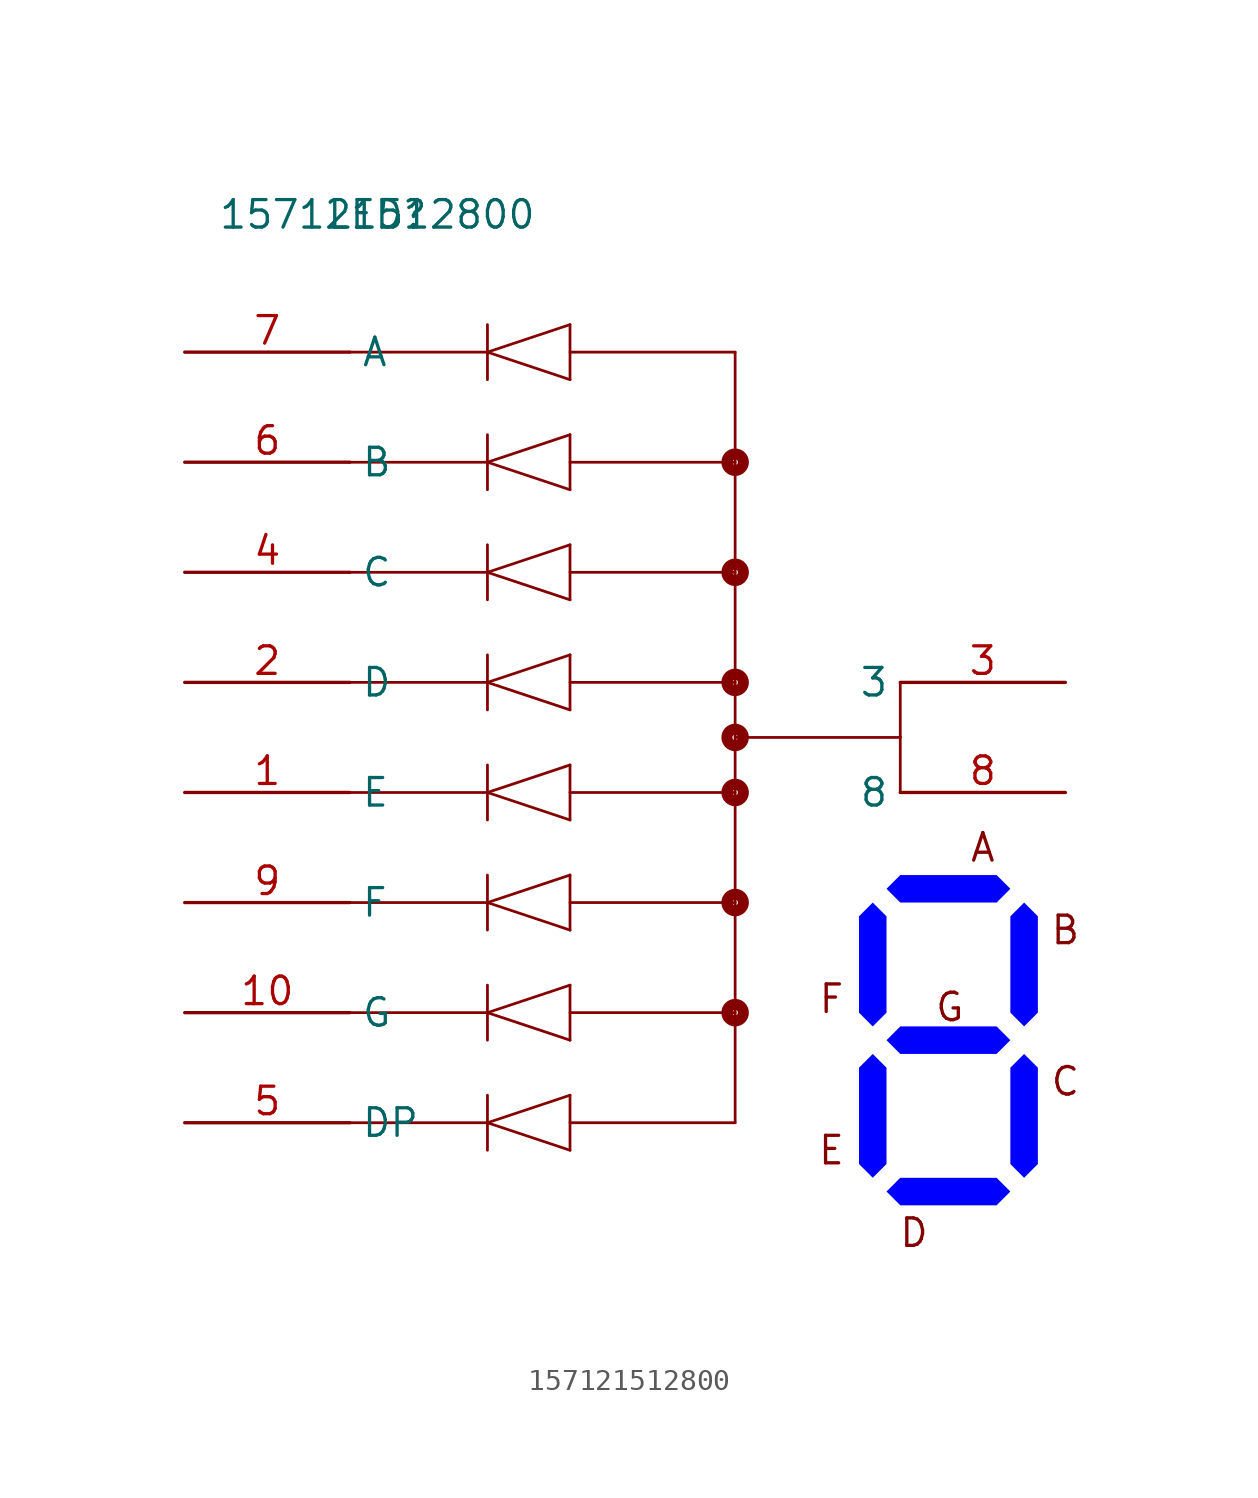
<source format=kicad_sym>
(kicad_symbol_lib
  (version 20241209)
  (generator "kicad_symbol_editor")
  (generator_version "9.0")
  (symbol "157121512800"
    (property "Reference" "LED"
      (at 0 0 0)
      (effects (font (size 1.27 1.27))))
    (property "Value" "157121512800"
      (at 0 0 0)
      (effects (font (size 1.27 1.27))))
    (symbol "157121512800_0_1"
      (polyline (pts (xy 5.08 -6.35) (xy -1.27 -6.35)) (stroke (width 0.127) (type default)) (fill (type none)))
      (polyline (pts (xy 5.08 -6.35) (xy 8.89 -5.08)) (stroke (width 0.127) (type default)) (fill (type none)))
      (polyline (pts (xy 5.08 -6.35) (xy 8.89 -7.62)) (stroke (width 0.127) (type default)) (fill (type none)))
      (polyline (pts (xy 5.08 -7.62) (xy 5.08 -5.08)) (stroke (width 0.127) (type default)) (fill (type none)))
      (polyline (pts (xy 5.08 -11.43) (xy -1.27 -11.43)) (stroke (width 0.127) (type default)) (fill (type none)))
      (polyline (pts (xy 5.08 -11.43) (xy 8.89 -10.16)) (stroke (width 0.127) (type default)) (fill (type none)))
      (polyline (pts (xy 5.08 -11.43) (xy 8.89 -12.7)) (stroke (width 0.127) (type default)) (fill (type none)))
      (polyline (pts (xy 5.08 -12.7) (xy 5.08 -10.16)) (stroke (width 0.127) (type default)) (fill (type none)))
      (polyline (pts (xy 5.08 -16.51) (xy -1.27 -16.51)) (stroke (width 0.127) (type default)) (fill (type none)))
      (polyline (pts (xy 5.08 -16.51) (xy 8.89 -15.24)) (stroke (width 0.127) (type default)) (fill (type none)))
      (polyline (pts (xy 5.08 -16.51) (xy 8.89 -17.78)) (stroke (width 0.127) (type default)) (fill (type none)))
      (polyline (pts (xy 5.08 -17.78) (xy 5.08 -15.24)) (stroke (width 0.127) (type default)) (fill (type none)))
      (polyline (pts (xy 5.08 -21.59) (xy -1.27 -21.59)) (stroke (width 0.127) (type default)) (fill (type none)))
      (polyline (pts (xy 5.08 -21.59) (xy 8.89 -20.32)) (stroke (width 0.127) (type default)) (fill (type none)))
      (polyline (pts (xy 5.08 -21.59) (xy 8.89 -22.86)) (stroke (width 0.127) (type default)) (fill (type none)))
      (polyline (pts (xy 5.08 -22.86) (xy 5.08 -20.32)) (stroke (width 0.127) (type default)) (fill (type none)))
      (polyline (pts (xy 5.08 -26.67) (xy -1.27 -26.67)) (stroke (width 0.127) (type default)) (fill (type none)))
      (polyline (pts (xy 5.08 -26.67) (xy 8.89 -25.4)) (stroke (width 0.127) (type default)) (fill (type none)))
      (polyline (pts (xy 5.08 -26.67) (xy 8.89 -27.94)) (stroke (width 0.127) (type default)) (fill (type none)))
      (polyline (pts (xy 5.08 -27.94) (xy 5.08 -25.4)) (stroke (width 0.127) (type default)) (fill (type none)))
      (polyline (pts (xy 5.08 -31.75) (xy -1.27 -31.75)) (stroke (width 0.127) (type default)) (fill (type none)))
      (polyline (pts (xy 5.08 -31.75) (xy 8.89 -30.48)) (stroke (width 0.127) (type default)) (fill (type none)))
      (polyline (pts (xy 5.08 -31.75) (xy 8.89 -33.02)) (stroke (width 0.127) (type default)) (fill (type none)))
      (polyline (pts (xy 5.08 -33.02) (xy 5.08 -30.48)) (stroke (width 0.127) (type default)) (fill (type none)))
      (polyline (pts (xy 5.08 -36.83) (xy -1.27 -36.83)) (stroke (width 0.127) (type default)) (fill (type none)))
      (polyline (pts (xy 5.08 -36.83) (xy 8.89 -35.56)) (stroke (width 0.127) (type default)) (fill (type none)))
      (polyline (pts (xy 5.08 -36.83) (xy 8.89 -38.1)) (stroke (width 0.127) (type default)) (fill (type none)))
      (polyline (pts (xy 5.08 -38.1) (xy 5.08 -35.56)) (stroke (width 0.127) (type default)) (fill (type none)))
      (polyline (pts (xy 5.08 -41.91) (xy -1.27 -41.91)) (stroke (width 0.127) (type default)) (fill (type none)))
      (polyline (pts (xy 5.08 -41.91) (xy 8.89 -40.64)) (stroke (width 0.127) (type default)) (fill (type none)))
      (polyline (pts (xy 5.08 -41.91) (xy 8.89 -43.18)) (stroke (width 0.127) (type default)) (fill (type none)))
      (polyline (pts (xy 5.08 -43.18) (xy 5.08 -40.64)) (stroke (width 0.127) (type default)) (fill (type none)))
      (polyline (pts (xy 8.89 -7.62) (xy 8.89 -5.08)) (stroke (width 0.127) (type default)) (fill (type none)))
      (polyline (pts (xy 8.89 -12.7) (xy 8.89 -10.16)) (stroke (width 0.127) (type default)) (fill (type none)))
      (polyline (pts (xy 8.89 -17.78) (xy 8.89 -15.24)) (stroke (width 0.127) (type default)) (fill (type none)))
      (polyline (pts (xy 8.89 -22.86) (xy 8.89 -20.32)) (stroke (width 0.127) (type default)) (fill (type none)))
      (polyline (pts (xy 8.89 -27.94) (xy 8.89 -25.4)) (stroke (width 0.127) (type default)) (fill (type none)))
      (polyline (pts (xy 8.89 -33.02) (xy 8.89 -30.48)) (stroke (width 0.127) (type default)) (fill (type none)))
      (polyline (pts (xy 8.89 -38.1) (xy 8.89 -35.56)) (stroke (width 0.127) (type default)) (fill (type none)))
      (polyline (pts (xy 8.89 -43.18) (xy 8.89 -40.64)) (stroke (width 0.127) (type default)) (fill (type none)))
      (polyline (pts (xy 16.51 -6.35) (xy 8.89 -6.35)) (stroke (width 0.127) (type default)) (fill (type none)))
      (polyline (pts (xy 16.51 -11.43) (xy 8.89 -11.43)) (stroke (width 0.127) (type default)) (fill (type none)))
      (circle (center 16.51 -11.43) (radius 0.127) (stroke (width 0.508) (type default)) (fill (type none)))
      (polyline (pts (xy 16.51 -16.51) (xy 8.89 -16.51)) (stroke (width 0.127) (type default)) (fill (type none)))
      (circle (center 16.51 -16.51) (radius 0.127) (stroke (width 0.508) (type default)) (fill (type none)))
      (polyline (pts (xy 16.51 -21.59) (xy 8.89 -21.59)) (stroke (width 0.127) (type default)) (fill (type none)))
      (circle (center 16.51 -21.59) (radius 0.127) (stroke (width 0.508) (type default)) (fill (type none)))
      (circle (center 16.51 -24.13) (radius 0.127) (stroke (width 0.508) (type default)) (fill (type none)))
      (polyline (pts (xy 16.51 -26.67) (xy 8.89 -26.67)) (stroke (width 0.127) (type default)) (fill (type none)))
      (circle (center 16.51 -26.67) (radius 0.127) (stroke (width 0.508) (type default)) (fill (type none)))
      (polyline (pts (xy 16.51 -31.75) (xy 8.89 -31.75)) (stroke (width 0.127) (type default)) (fill (type none)))
      (circle (center 16.51 -31.75) (radius 0.127) (stroke (width 0.508) (type default)) (fill (type none)))
      (polyline (pts (xy 16.51 -36.83) (xy 8.89 -36.83)) (stroke (width 0.127) (type default)) (fill (type none)))
      (circle (center 16.51 -36.83) (radius 0.127) (stroke (width 0.508) (type default)) (fill (type none)))
      (polyline (pts (xy 16.51 -41.91) (xy 8.89 -41.91)) (stroke (width 0.127) (type default)) (fill (type none)))
      (polyline (pts (xy 16.51 -41.91) (xy 16.51 -6.35)) (stroke (width 0.127) (type default)) (fill (type none)))
      (polyline (pts (xy 24.13 -24.13) (xy 16.51 -24.13)) (stroke (width 0.127) (type default)) (fill (type none)))
      (polyline (pts (xy 24.13 -24.13) (xy 24.13 -21.59)) (stroke (width 0.127) (type default)) (fill (type none)))
      (polyline (pts (xy 24.13 -24.13) (xy 24.13 -26.67)) (stroke (width 0.127) (type default)) (fill (type none)))
      (pin unspecified line (at -8.89 -6.35 0) (length 7.62) (name "A" (effects (font (size 1.27 1.27)))) (number "7" (effects (font (size 1.27 1.27)))))
      (pin unspecified line (at -8.89 -11.43 0) (length 7.62) (name "B" (effects (font (size 1.27 1.27)))) (number "6" (effects (font (size 1.27 1.27)))))
      (pin unspecified line (at -8.89 -16.51 0) (length 7.62) (name "C" (effects (font (size 1.27 1.27)))) (number "4" (effects (font (size 1.27 1.27)))))
      (pin unspecified line (at -8.89 -21.59 0) (length 7.62) (name "D" (effects (font (size 1.27 1.27)))) (number "2" (effects (font (size 1.27 1.27)))))
      (pin unspecified line (at -8.89 -26.67 0) (length 7.62) (name "E" (effects (font (size 1.27 1.27)))) (number "1" (effects (font (size 1.27 1.27)))))
      (pin unspecified line (at -8.89 -31.75 0) (length 7.62) (name "F" (effects (font (size 1.27 1.27)))) (number "9" (effects (font (size 1.27 1.27)))))
      (pin unspecified line (at -8.89 -36.83 0) (length 7.62) (name "G" (effects (font (size 1.27 1.27)))) (number "10" (effects (font (size 1.27 1.27)))))
      (pin unspecified line (at -8.89 -41.91 0) (length 7.62) (name "DP" (effects (font (size 1.27 1.27)))) (number "5" (effects (font (size 1.27 1.27)))))
      (pin unspecified line (at 31.75 -21.59 180) (length 7.62) (name "3" (effects (font (size 1.27 1.27)))) (number "3" (effects (font (size 1.27 1.27)))))
      (pin unspecified line (at 31.75 -26.67 180) (length 7.62) (name "8" (effects (font (size 1.27 1.27)))) (number "8" (effects (font (size 1.27 1.27))))))
    (symbol "157121512800_1_1"
      (polyline (pts (xy 23.495 -32.385) (xy 22.86 -31.75) (xy 22.225 -32.385) (xy 22.225 -36.83) (xy 22.86 -37.465) (xy 23.495 -36.83) (xy 23.495 -32.385)) (stroke (width -0.0001) (type default)) (fill (type color) (color 0 0 255 1)))
      (polyline (pts (xy 23.495 -39.37) (xy 22.86 -38.735) (xy 22.225 -39.37) (xy 22.225 -43.815) (xy 22.86 -44.45) (xy 23.495 -43.815) (xy 23.495 -39.37)) (stroke (width -0.0001) (type default)) (fill (type color) (color 0 0 255 1)))
      (polyline (pts (xy 24.13 -30.48) (xy 23.495 -31.115) (xy 24.13 -31.75) (xy 28.575 -31.75) (xy 29.21 -31.115) (xy 28.575 -30.48) (xy 24.13 -30.48)) (stroke (width -0.0001) (type default)) (fill (type color) (color 0 0 255 1)))
      (polyline (pts (xy 28.575 -38.735) (xy 29.21 -38.1) (xy 28.575 -37.465) (xy 24.13 -37.465) (xy 23.495 -38.1) (xy 24.13 -38.735) (xy 28.575 -38.735)) (stroke (width -0.0001) (type default)) (fill (type color) (color 0 0 255 1)))
      (polyline (pts (xy 28.575 -45.72) (xy 29.21 -45.085) (xy 28.575 -44.45) (xy 24.13 -44.45) (xy 23.495 -45.085) (xy 24.13 -45.72) (xy 28.575 -45.72)) (stroke (width -0.0001) (type default)) (fill (type color) (color 0 0 255 1)))
      (polyline (pts (xy 29.21 -36.83) (xy 29.845 -37.465) (xy 30.48 -36.83) (xy 30.48 -32.385) (xy 29.845 -31.75) (xy 29.21 -32.385) (xy 29.21 -36.83)) (stroke (width -0.0001) (type default)) (fill (type color) (color 0 0 255 1)))
      (polyline (pts (xy 29.21 -43.815) (xy 29.845 -44.45) (xy 30.48 -43.815) (xy 30.48 -39.37) (xy 29.845 -38.735) (xy 29.21 -39.37) (xy 29.21 -43.815)) (stroke (width -0.0001) (type default)) (fill (type color) (color 0 0 255 1)))
      (text "F" (at 20.955 -36.195 0) (effects (font (size 1.27 1.27))))
      (text "E" (at 20.955 -43.18 0) (effects (font (size 1.27 1.27))))
      (text "D" (at 24.765 -46.99 0) (effects (font (size 1.27 1.27))))
      (text "G" (at 26.416 -36.576 0) (effects (font (size 1.27 1.27))))
      (text "A" (at 27.94 -29.21 0) (effects (font (size 1.27 1.27))))
      (text "B" (at 31.75 -33.02 0) (effects (font (size 1.27 1.27))))
      (text "C" (at 31.75 -40.005 0) (effects (font (size 1.27 1.27)))))))
</source>
